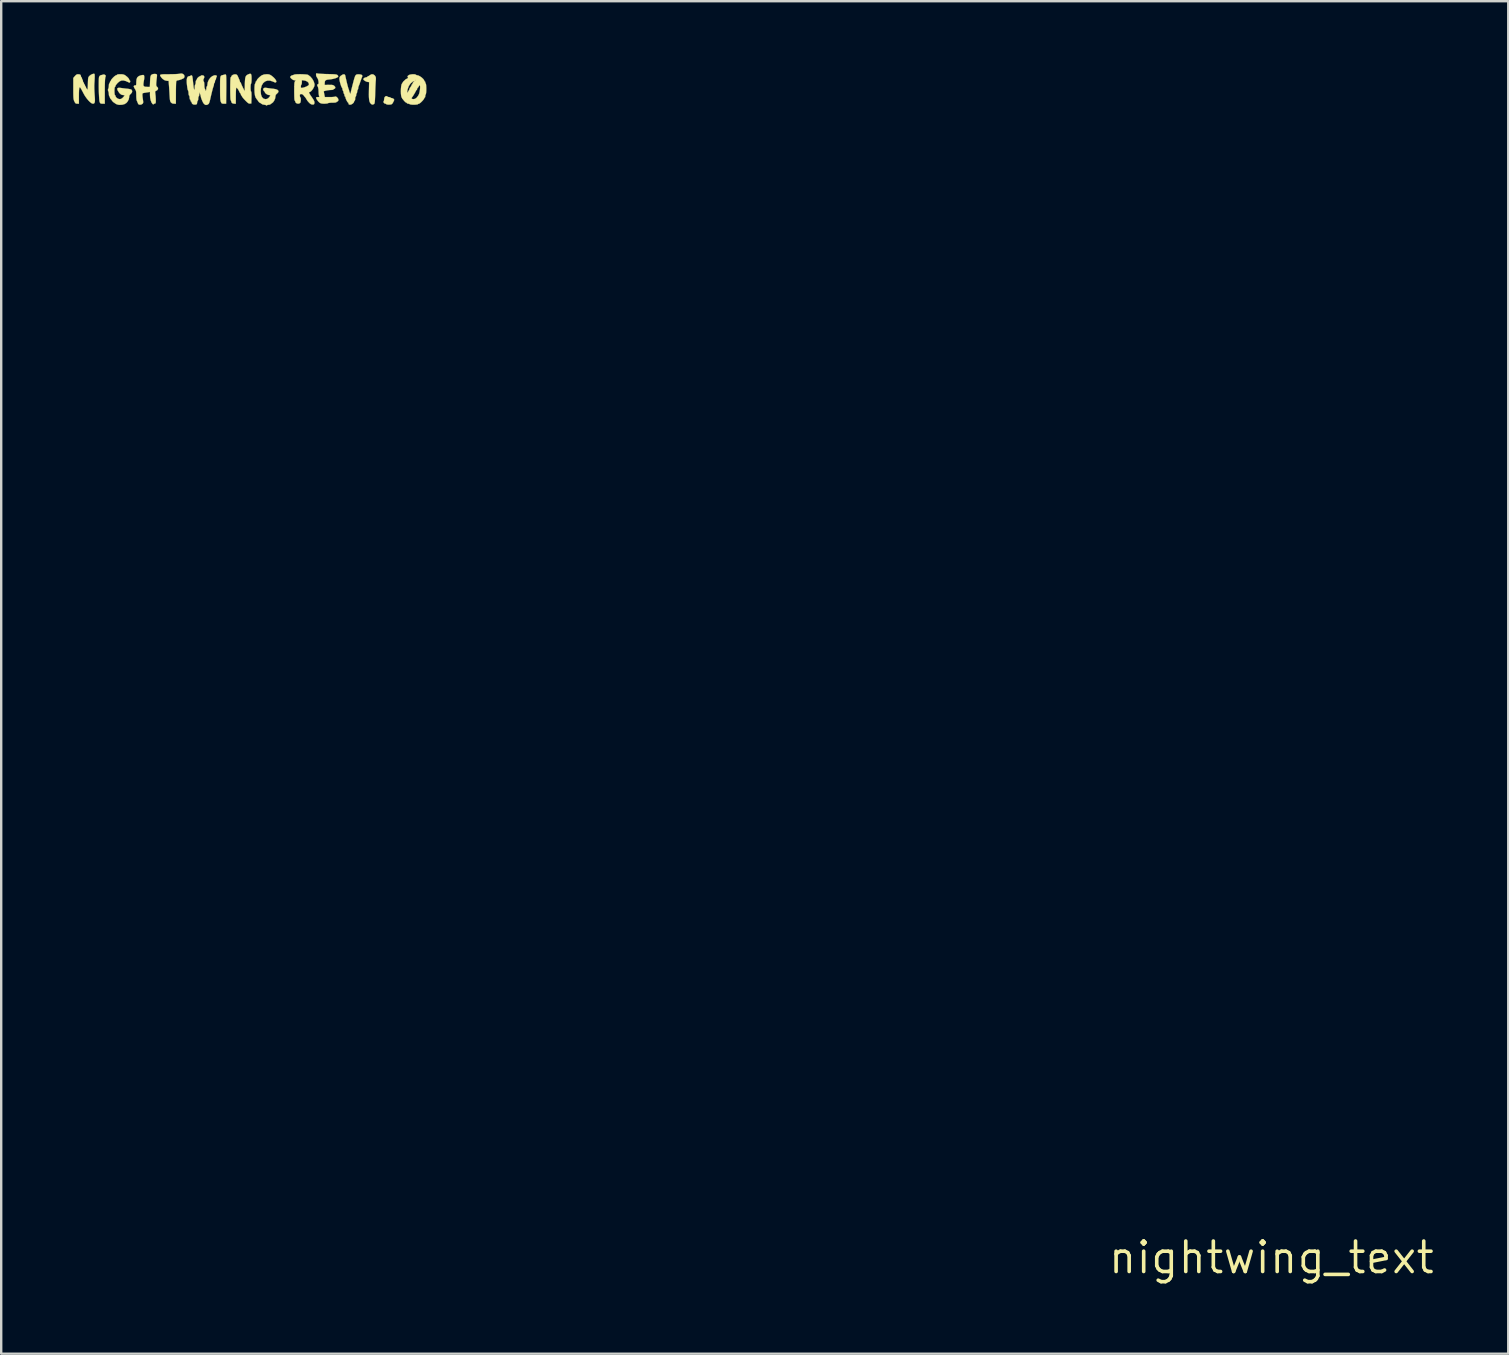
<source format=kicad_pcb>
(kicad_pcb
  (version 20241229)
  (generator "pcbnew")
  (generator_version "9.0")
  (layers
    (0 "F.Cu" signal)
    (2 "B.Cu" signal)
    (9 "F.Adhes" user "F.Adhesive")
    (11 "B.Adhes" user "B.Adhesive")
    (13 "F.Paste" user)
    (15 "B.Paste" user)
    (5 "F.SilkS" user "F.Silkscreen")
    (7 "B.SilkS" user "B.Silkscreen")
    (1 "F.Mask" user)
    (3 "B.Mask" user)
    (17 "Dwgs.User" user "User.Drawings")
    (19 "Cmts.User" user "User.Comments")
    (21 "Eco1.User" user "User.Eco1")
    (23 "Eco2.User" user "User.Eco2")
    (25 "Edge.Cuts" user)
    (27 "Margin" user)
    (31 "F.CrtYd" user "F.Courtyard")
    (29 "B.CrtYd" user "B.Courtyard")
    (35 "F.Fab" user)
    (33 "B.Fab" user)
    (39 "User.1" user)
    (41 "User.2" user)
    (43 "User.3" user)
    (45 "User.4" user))
  (footprint "nightwing_text"
    (layer "F.Cu")
    (at 49.937 49.362)
    (property "Reference" "nightwing_text" (at 0 0 0) (layer "F.SilkS") (effects (font (size 1.27 1.27) (thickness 0.15))))
    (attr through_hole)
    (fp_poly (pts (xy -48.642 -49.305) (xy -48.609 -49.289) (xy -48.582 -49.262) (xy -48.584 -49.229) (xy -48.594 -49.203) (xy -48.603 -49.165) (xy -48.61 -49.094) (xy -48.615 -48.988) (xy -48.619 -48.845) (xy -48.62 -48.662) (xy -48.62 -48.619) (xy -48.62 -48.091) (xy -48.713 -48.091) (xy -48.773 -48.094) (xy -48.806 -48.109) (xy -48.827 -48.145) (xy -48.833 -48.159) (xy -48.843 -48.204) (xy -48.851 -48.282) (xy -48.858 -48.386) (xy -48.864 -48.509) (xy -48.868 -48.642) (xy -48.871 -48.778) (xy -48.871 -48.909) (xy -48.87 -49.026) (xy -48.867 -49.122) (xy -48.861 -49.19) (xy -48.856 -49.215) (xy -48.817 -49.265) (xy -48.775 -49.281) (xy -48.719 -49.293) (xy -48.683 -49.305) (xy -48.642 -49.305)) (stroke (width 0.01) (type solid)) (fill yes) (layer "F.SilkS"))
    (fp_poly (pts (xy -43.572 -49.302) (xy -43.565 -49.276) (xy -43.56 -49.209) (xy -43.557 -49.104) (xy -43.556 -48.961) (xy -43.556 -48.784) (xy -43.557 -48.689) (xy -43.564 -48.091) (xy -43.658 -48.091) (xy -43.717 -48.094) (xy -43.751 -48.109) (xy -43.774 -48.147) (xy -43.783 -48.167) (xy -43.794 -48.202) (xy -43.802 -48.25) (xy -43.808 -48.318) (xy -43.812 -48.41) (xy -43.814 -48.533) (xy -43.815 -48.691) (xy -43.815 -48.736) (xy -43.815 -48.898) (xy -43.814 -49.023) (xy -43.811 -49.116) (xy -43.804 -49.181) (xy -43.794 -49.225) (xy -43.779 -49.252) (xy -43.758 -49.268) (xy -43.73 -49.277) (xy -43.709 -49.281) (xy -43.655 -49.295) (xy -43.624 -49.305) (xy -43.585 -49.308) (xy -43.572 -49.302)) (stroke (width 0.01) (type solid)) (fill yes) (layer "F.SilkS"))
    (fp_poly (pts (xy -36.849 -48.396) (xy -36.841 -48.387) (xy -36.811 -48.37) (xy -36.777 -48.366) (xy -36.733 -48.358) (xy -36.714 -48.345) (xy -36.684 -48.327) (xy -36.658 -48.324) (xy -36.609 -48.309) (xy -36.581 -48.289) (xy -36.563 -48.266) (xy -36.561 -48.239) (xy -36.578 -48.197) (xy -36.598 -48.157) (xy -36.631 -48.099) (xy -36.661 -48.07) (xy -36.703 -48.057) (xy -36.759 -48.053) (xy -36.824 -48.053) (xy -36.87 -48.061) (xy -36.882 -48.068) (xy -36.913 -48.088) (xy -36.932 -48.091) (xy -36.967 -48.104) (xy -36.995 -48.135) (xy -37.008 -48.168) (xy -36.999 -48.186) (xy -36.985 -48.214) (xy -36.978 -48.265) (xy -36.978 -48.273) (xy -36.965 -48.346) (xy -36.93 -48.393) (xy -36.886 -48.408) (xy -36.849 -48.396)) (stroke (width 0.01) (type solid)) (fill yes) (layer "F.SilkS"))
    (fp_poly (pts (xy -37.438 -49.314) (xy -37.375 -49.274) (xy -37.359 -49.254) (xy -37.333 -49.212) (xy -37.322 -49.167) (xy -37.322 -49.105) (xy -37.326 -49.058) (xy -37.331 -48.995) (xy -37.336 -48.898) (xy -37.342 -48.779) (xy -37.347 -48.645) (xy -37.351 -48.515) (xy -37.355 -48.37) (xy -37.36 -48.262) (xy -37.366 -48.184) (xy -37.373 -48.132) (xy -37.381 -48.1) (xy -37.393 -48.081) (xy -37.398 -48.077) (xy -37.452 -48.052) (xy -37.504 -48.066) (xy -37.543 -48.102) (xy -37.57 -48.141) (xy -37.59 -48.193) (xy -37.603 -48.264) (xy -37.611 -48.358) (xy -37.613 -48.483) (xy -37.611 -48.642) (xy -37.61 -48.668) (xy -37.603 -48.99) (xy -37.665 -48.997) (xy -37.722 -49.013) (xy -37.78 -49.043) (xy -37.826 -49.078) (xy -37.846 -49.109) (xy -37.846 -49.111) (xy -37.828 -49.145) (xy -37.784 -49.175) (xy -37.731 -49.19) (xy -37.724 -49.191) (xy -37.687 -49.199) (xy -37.677 -49.212) (xy -37.66 -49.232) (xy -37.649 -49.234) (xy -37.614 -49.247) (xy -37.576 -49.276) (xy -37.508 -49.314) (xy -37.438 -49.314)) (stroke (width 0.01) (type solid)) (fill yes) (layer "F.SilkS"))
    (fp_poly (pts (xy -45.362 -49.33) (xy -45.315 -49.289) (xy -45.297 -49.233) (xy -45.313 -49.173) (xy -45.344 -49.145) (xy -45.419 -49.11) (xy -45.5 -49.081) (xy -45.569 -49.066) (xy -45.585 -49.065) (xy -45.628 -49.046) (xy -45.643 -49.017) (xy -45.647 -48.982) (xy -45.65 -48.912) (xy -45.653 -48.813) (xy -45.655 -48.694) (xy -45.656 -48.561) (xy -45.656 -48.53) (xy -45.657 -48.091) (xy -45.737 -48.091) (xy -45.81 -48.102) (xy -45.862 -48.141) (xy -45.881 -48.17) (xy -45.896 -48.21) (xy -45.906 -48.269) (xy -45.913 -48.356) (xy -45.918 -48.432) (xy -45.925 -48.554) (xy -45.933 -48.684) (xy -45.941 -48.803) (xy -45.945 -48.858) (xy -45.958 -49.043) (xy -46.02 -49.043) (xy -46.116 -49.063) (xy -46.206 -49.121) (xy -46.259 -49.177) (xy -46.293 -49.225) (xy -46.313 -49.26) (xy -46.313 -49.285) (xy -46.29 -49.302) (xy -46.239 -49.312) (xy -46.157 -49.317) (xy -46.04 -49.318) (xy -45.933 -49.318) (xy -45.805 -49.32) (xy -45.688 -49.323) (xy -45.592 -49.328) (xy -45.524 -49.334) (xy -45.496 -49.34) (xy -45.427 -49.349) (xy -45.362 -49.33)) (stroke (width 0.01) (type solid)) (fill yes) (layer "F.SilkS"))
    (fp_poly (pts (xy -49.051 -49.333) (xy -49.049 -49.331) (xy -49.042 -49.301) (xy -49.04 -49.231) (xy -49.043 -49.126) (xy -49.051 -48.988) (xy -49.055 -48.927) (xy -49.058 -48.839) (xy -49.057 -48.723) (xy -49.052 -48.596) (xy -49.044 -48.47) (xy -49.044 -48.467) (xy -49.034 -48.331) (xy -49.031 -48.232) (xy -49.036 -48.164) (xy -49.05 -48.121) (xy -49.075 -48.098) (xy -49.111 -48.091) (xy -49.12 -48.091) (xy -49.169 -48.108) (xy -49.232 -48.155) (xy -49.303 -48.226) (xy -49.375 -48.313) (xy -49.443 -48.409) (xy -49.494 -48.497) (xy -49.552 -48.608) (xy -49.594 -48.686) (xy -49.623 -48.736) (xy -49.643 -48.763) (xy -49.658 -48.772) (xy -49.67 -48.767) (xy -49.675 -48.763) (xy -49.686 -48.729) (xy -49.694 -48.653) (xy -49.698 -48.535) (xy -49.699 -48.415) (xy -49.699 -48.091) (xy -49.771 -48.091) (xy -49.817 -48.095) (xy -49.847 -48.115) (xy -49.875 -48.16) (xy -49.888 -48.186) (xy -49.903 -48.221) (xy -49.914 -48.258) (xy -49.922 -48.303) (xy -49.927 -48.363) (xy -49.93 -48.444) (xy -49.932 -48.554) (xy -49.932 -48.698) (xy -49.932 -48.721) (xy -49.932 -49.161) (xy -49.867 -49.239) (xy -49.812 -49.295) (xy -49.76 -49.317) (xy -49.742 -49.318) (xy -49.667 -49.311) (xy -49.626 -49.285) (xy -49.615 -49.242) (xy -49.607 -49.203) (xy -49.593 -49.191) (xy -49.576 -49.174) (xy -49.572 -49.15) (xy -49.563 -49.11) (xy -49.551 -49.096) (xy -49.535 -49.067) (xy -49.53 -49.031) (xy -49.523 -48.992) (xy -49.509 -48.98) (xy -49.492 -48.962) (xy -49.488 -48.937) (xy -49.479 -48.903) (xy -49.467 -48.895) (xy -49.449 -48.877) (xy -49.445 -48.853) (xy -49.436 -48.818) (xy -49.424 -48.81) (xy -49.407 -48.793) (xy -49.403 -48.768) (xy -49.395 -48.734) (xy -49.384 -48.726) (xy -49.363 -48.708) (xy -49.348 -48.678) (xy -49.34 -48.676) (xy -49.333 -48.715) (xy -49.328 -48.793) (xy -49.324 -48.908) (xy -49.324 -48.91) (xy -49.321 -49.023) (xy -49.317 -49.103) (xy -49.311 -49.156) (xy -49.301 -49.192) (xy -49.285 -49.219) (xy -49.262 -49.245) (xy -49.254 -49.252) (xy -49.202 -49.293) (xy -49.142 -49.323) (xy -49.087 -49.338) (xy -49.051 -49.333)) (stroke (width 0.01) (type solid)) (fill yes) (layer "F.SilkS"))
    (fp_poly (pts (xy -38.608 -49.289) (xy -38.598 -49.26) (xy -38.58 -49.175) (xy -38.558 -49.077) (xy -38.534 -48.974) (xy -38.51 -48.876) (xy -38.487 -48.791) (xy -38.469 -48.728) (xy -38.457 -48.696) (xy -38.456 -48.695) (xy -38.441 -48.657) (xy -38.439 -48.639) (xy -38.429 -48.595) (xy -38.409 -48.547) (xy -38.38 -48.491) (xy -38.37 -48.55) (xy -38.359 -48.602) (xy -38.339 -48.688) (xy -38.31 -48.801) (xy -38.276 -48.934) (xy -38.245 -49.054) (xy -38.214 -49.163) (xy -38.187 -49.238) (xy -38.159 -49.284) (xy -38.123 -49.307) (xy -38.075 -49.315) (xy -38.017 -49.314) (xy -37.937 -49.303) (xy -37.895 -49.278) (xy -37.887 -49.235) (xy -37.906 -49.183) (xy -37.924 -49.14) (xy -37.948 -49.072) (xy -37.973 -49.001) (xy -37.998 -48.925) (xy -38.022 -48.862) (xy -38.038 -48.826) (xy -38.054 -48.776) (xy -38.058 -48.738) (xy -38.065 -48.693) (xy -38.079 -48.673) (xy -38.094 -48.644) (xy -38.1 -48.599) (xy -38.107 -48.55) (xy -38.121 -48.525) (xy -38.136 -48.496) (xy -38.142 -48.449) (xy -38.149 -48.405) (xy -38.163 -48.387) (xy -38.177 -48.368) (xy -38.184 -48.321) (xy -38.185 -48.302) (xy -38.189 -48.249) (xy -38.201 -48.22) (xy -38.206 -48.218) (xy -38.224 -48.2) (xy -38.227 -48.185) (xy -38.245 -48.137) (xy -38.291 -48.091) (xy -38.349 -48.058) (xy -38.395 -48.048) (xy -38.442 -48.055) (xy -38.459 -48.079) (xy -38.46 -48.091) (xy -38.467 -48.125) (xy -38.477 -48.133) (xy -38.498 -48.151) (xy -38.526 -48.194) (xy -38.555 -48.251) (xy -38.578 -48.306) (xy -38.587 -48.347) (xy -38.596 -48.38) (xy -38.608 -48.387) (xy -38.624 -48.405) (xy -38.629 -48.439) (xy -38.637 -48.483) (xy -38.65 -48.503) (xy -38.667 -48.533) (xy -38.672 -48.567) (xy -38.679 -48.611) (xy -38.693 -48.63) (xy -38.709 -48.66) (xy -38.714 -48.693) (xy -38.72 -48.735) (xy -38.73 -48.75) (xy -38.748 -48.776) (xy -38.771 -48.831) (xy -38.795 -48.904) (xy -38.817 -48.984) (xy -38.833 -49.059) (xy -38.841 -49.118) (xy -38.841 -49.124) (xy -38.835 -49.186) (xy -38.81 -49.23) (xy -38.77 -49.264) (xy -38.697 -49.308) (xy -38.643 -49.317) (xy -38.608 -49.289)) (stroke (width 0.01) (type solid)) (fill yes) (layer "F.SilkS"))
    (fp_poly (pts (xy -42.538 -49.334) (xy -42.517 -49.305) (xy -42.506 -49.245) (xy -42.503 -49.149) (xy -42.503 -49.13) (xy -42.505 -49.044) (xy -42.511 -48.975) (xy -42.519 -48.934) (xy -42.524 -48.927) (xy -42.535 -48.901) (xy -42.542 -48.848) (xy -42.545 -48.779) (xy -42.544 -48.708) (xy -42.539 -48.647) (xy -42.531 -48.607) (xy -42.523 -48.599) (xy -42.513 -48.578) (xy -42.508 -48.517) (xy -42.506 -48.418) (xy -42.507 -48.35) (xy -42.513 -48.101) (xy -42.572 -48.095) (xy -42.605 -48.096) (xy -42.642 -48.114) (xy -42.689 -48.152) (xy -42.754 -48.216) (xy -42.767 -48.229) (xy -42.828 -48.294) (xy -42.874 -48.35) (xy -42.901 -48.389) (xy -42.905 -48.4) (xy -42.917 -48.427) (xy -42.926 -48.429) (xy -42.943 -48.447) (xy -42.947 -48.472) (xy -42.954 -48.506) (xy -42.963 -48.514) (xy -42.981 -48.531) (xy -43.005 -48.574) (xy -43.009 -48.583) (xy -43.045 -48.656) (xy -43.084 -48.715) (xy -43.118 -48.751) (xy -43.139 -48.756) (xy -43.146 -48.732) (xy -43.152 -48.673) (xy -43.156 -48.587) (xy -43.158 -48.481) (xy -43.159 -48.418) (xy -43.159 -48.091) (xy -43.228 -48.091) (xy -43.284 -48.101) (xy -43.323 -48.122) (xy -43.323 -48.122) (xy -43.346 -48.164) (xy -43.349 -48.184) (xy -43.362 -48.22) (xy -43.37 -48.228) (xy -43.378 -48.254) (xy -43.384 -48.318) (xy -43.388 -48.418) (xy -43.391 -48.551) (xy -43.392 -48.712) (xy -43.392 -48.716) (xy -43.391 -48.884) (xy -43.388 -49.017) (xy -43.384 -49.114) (xy -43.378 -49.173) (xy -43.37 -49.191) (xy -43.35 -49.208) (xy -43.349 -49.215) (xy -43.331 -49.257) (xy -43.283 -49.292) (xy -43.222 -49.312) (xy -43.183 -49.314) (xy -43.139 -49.307) (xy -43.11 -49.29) (xy -43.085 -49.253) (xy -43.055 -49.186) (xy -43.053 -49.181) (xy -43.028 -49.124) (xy -43.008 -49.08) (xy -42.992 -49.033) (xy -42.989 -49.012) (xy -42.978 -48.983) (xy -42.968 -48.98) (xy -42.949 -48.963) (xy -42.947 -48.953) (xy -42.938 -48.923) (xy -42.914 -48.866) (xy -42.88 -48.793) (xy -42.868 -48.768) (xy -42.788 -48.609) (xy -42.783 -48.901) (xy -42.778 -49.034) (xy -42.77 -49.132) (xy -42.755 -49.202) (xy -42.731 -49.25) (xy -42.695 -49.285) (xy -42.644 -49.312) (xy -42.628 -49.319) (xy -42.574 -49.337) (xy -42.538 -49.334)) (stroke (width 0.01) (type solid)) (fill yes) (layer "F.SilkS"))
    (fp_poly (pts (xy -41.798 -49.315) (xy -41.743 -49.3) (xy -41.687 -49.268) (xy -41.647 -49.239) (xy -41.584 -49.185) (xy -41.53 -49.129) (xy -41.506 -49.096) (xy -41.478 -49.047) (xy -41.469 -49.019) (xy -41.475 -48.997) (xy -41.483 -48.985) (xy -41.503 -48.974) (xy -41.542 -48.982) (xy -41.608 -49.011) (xy -41.614 -49.014) (xy -41.734 -49.053) (xy -41.844 -49.053) (xy -41.941 -49.017) (xy -42.021 -48.948) (xy -42.08 -48.848) (xy -42.114 -48.721) (xy -42.122 -48.615) (xy -42.111 -48.479) (xy -42.077 -48.378) (xy -42.022 -48.312) (xy -41.946 -48.283) (xy -41.919 -48.281) (xy -41.855 -48.29) (xy -41.804 -48.323) (xy -41.78 -48.348) (xy -41.736 -48.402) (xy -41.723 -48.434) (xy -41.742 -48.448) (xy -41.778 -48.451) (xy -41.828 -48.463) (xy -41.884 -48.494) (xy -41.93 -48.533) (xy -41.952 -48.57) (xy -41.952 -48.575) (xy -41.963 -48.598) (xy -41.968 -48.599) (xy -41.988 -48.616) (xy -42.008 -48.651) (xy -42.021 -48.695) (xy -42.005 -48.726) (xy -41.997 -48.733) (xy -41.966 -48.75) (xy -41.919 -48.753) (xy -41.846 -48.744) (xy -41.758 -48.731) (xy -41.656 -48.718) (xy -41.593 -48.712) (xy -41.488 -48.694) (xy -41.418 -48.663) (xy -41.383 -48.623) (xy -41.386 -48.575) (xy -41.429 -48.523) (xy -41.444 -48.511) (xy -41.49 -48.465) (xy -41.507 -48.411) (xy -41.508 -48.388) (xy -41.521 -48.308) (xy -41.556 -48.225) (xy -41.604 -48.153) (xy -41.657 -48.108) (xy -41.661 -48.106) (xy -41.702 -48.083) (xy -41.719 -48.064) (xy -41.738 -48.053) (xy -41.779 -48.048) (xy -41.831 -48.041) (xy -41.861 -48.025) (xy -41.887 -48.014) (xy -41.898 -48.025) (xy -41.927 -48.041) (xy -41.979 -48.048) (xy -41.981 -48.048) (xy -42.05 -48.063) (xy -42.096 -48.091) (xy -42.135 -48.121) (xy -42.163 -48.133) (xy -42.188 -48.149) (xy -42.22 -48.188) (xy -42.221 -48.191) (xy -42.256 -48.242) (xy -42.286 -48.278) (xy -42.33 -48.342) (xy -42.36 -48.43) (xy -42.376 -48.547) (xy -42.381 -48.68) (xy -42.379 -48.788) (xy -42.372 -48.868) (xy -42.362 -48.915) (xy -42.357 -48.922) (xy -42.336 -48.963) (xy -42.333 -48.984) (xy -42.324 -49.016) (xy -42.312 -49.022) (xy -42.293 -49.039) (xy -42.291 -49.05) (xy -42.275 -49.087) (xy -42.235 -49.138) (xy -42.178 -49.194) (xy -42.116 -49.245) (xy -42.072 -49.274) (xy -41.98 -49.308) (xy -41.872 -49.318) (xy -41.798 -49.315)) (stroke (width 0.01) (type solid)) (fill yes) (layer "F.SilkS"))
    (fp_poly (pts (xy -46.491 -49.327) (xy -46.459 -49.316) (xy -46.445 -49.296) (xy -46.444 -49.256) (xy -46.449 -49.204) (xy -46.465 -49.069) (xy -46.474 -48.97) (xy -46.478 -48.899) (xy -46.475 -48.852) (xy -46.465 -48.822) (xy -46.449 -48.802) (xy -46.442 -48.797) (xy -46.402 -48.749) (xy -46.401 -48.698) (xy -46.436 -48.653) (xy -46.463 -48.637) (xy -46.5 -48.62) (xy -46.518 -48.599) (xy -46.52 -48.563) (xy -46.512 -48.498) (xy -46.512 -48.493) (xy -46.502 -48.404) (xy -46.496 -48.302) (xy -46.494 -48.239) (xy -46.494 -48.164) (xy -46.5 -48.122) (xy -46.513 -48.102) (xy -46.538 -48.095) (xy -46.54 -48.094) (xy -46.577 -48.081) (xy -46.588 -48.065) (xy -46.601 -48.06) (xy -46.629 -48.079) (xy -46.673 -48.141) (xy -46.708 -48.234) (xy -46.73 -48.346) (xy -46.736 -48.446) (xy -46.736 -48.582) (xy -46.815 -48.568) (xy -46.895 -48.555) (xy -46.974 -48.543) (xy -46.974 -48.543) (xy -47.026 -48.531) (xy -47.049 -48.51) (xy -47.053 -48.467) (xy -47.053 -48.464) (xy -47.05 -48.407) (xy -47.041 -48.328) (xy -47.031 -48.263) (xy -47.021 -48.186) (xy -47.02 -48.138) (xy -47.031 -48.107) (xy -47.045 -48.088) (xy -47.096 -48.057) (xy -47.149 -48.048) (xy -47.2 -48.055) (xy -47.229 -48.084) (xy -47.243 -48.117) (xy -47.267 -48.176) (xy -47.288 -48.222) (xy -47.288 -48.223) (xy -47.297 -48.26) (xy -47.304 -48.327) (xy -47.307 -48.412) (xy -47.307 -48.441) (xy -47.309 -48.534) (xy -47.315 -48.598) (xy -47.329 -48.646) (xy -47.353 -48.689) (xy -47.36 -48.7) (xy -47.393 -48.756) (xy -47.412 -48.804) (xy -47.413 -48.815) (xy -47.398 -48.845) (xy -47.36 -48.853) (xy -47.332 -48.855) (xy -47.316 -48.868) (xy -47.309 -48.902) (xy -47.307 -48.965) (xy -47.307 -48.996) (xy -47.297 -49.106) (xy -47.265 -49.186) (xy -47.204 -49.239) (xy -47.111 -49.274) (xy -47.059 -49.284) (xy -47.011 -49.288) (xy -46.987 -49.272) (xy -46.977 -49.242) (xy -46.974 -49.192) (xy -46.979 -49.119) (xy -46.987 -49.07) (xy -47.001 -48.99) (xy -47.01 -48.916) (xy -47.011 -48.883) (xy -47.004 -48.837) (xy -46.978 -48.809) (xy -46.926 -48.794) (xy -46.84 -48.79) (xy -46.828 -48.789) (xy -46.741 -48.789) (xy -46.733 -49.018) (xy -46.727 -49.133) (xy -46.717 -49.213) (xy -46.7 -49.265) (xy -46.672 -49.298) (xy -46.631 -49.318) (xy -46.603 -49.326) (xy -46.538 -49.332) (xy -46.491 -49.327)) (stroke (width 0.01) (type solid)) (fill yes) (layer "F.SilkS"))
    (fp_poly (pts (xy -39.76 -49.35) (xy -39.756 -49.349) (xy -39.716 -49.343) (xy -39.643 -49.337) (xy -39.543 -49.332) (xy -39.425 -49.327) (xy -39.325 -49.325) (xy -39.189 -49.321) (xy -39.089 -49.318) (xy -39.019 -49.313) (xy -38.972 -49.306) (xy -38.942 -49.296) (xy -38.922 -49.283) (xy -38.914 -49.275) (xy -38.89 -49.239) (xy -38.899 -49.209) (xy -38.903 -49.204) (xy -38.944 -49.176) (xy -39.017 -49.148) (xy -39.108 -49.124) (xy -39.208 -49.107) (xy -39.268 -49.101) (xy -39.36 -49.089) (xy -39.417 -49.065) (xy -39.446 -49.023) (xy -39.455 -48.957) (xy -39.455 -48.955) (xy -39.455 -48.871) (xy -39.286 -48.876) (xy -39.193 -48.876) (xy -39.131 -48.87) (xy -39.088 -48.856) (xy -39.063 -48.84) (xy -39.022 -48.795) (xy -39.012 -48.751) (xy -39.034 -48.718) (xy -39.053 -48.711) (xy -39.087 -48.694) (xy -39.095 -48.681) (xy -39.114 -48.67) (xy -39.163 -48.664) (xy -39.204 -48.662) (xy -39.273 -48.658) (xy -39.354 -48.646) (xy -39.429 -48.63) (xy -39.482 -48.614) (xy -39.492 -48.609) (xy -39.491 -48.588) (xy -39.483 -48.538) (xy -39.473 -48.486) (xy -39.449 -48.366) (xy -39.244 -48.366) (xy -39.154 -48.368) (xy -39.08 -48.373) (xy -39.031 -48.381) (xy -39.019 -48.386) (xy -38.988 -48.389) (xy -38.941 -48.358) (xy -38.899 -48.306) (xy -38.882 -48.251) (xy -38.892 -48.206) (xy -38.925 -48.181) (xy -38.96 -48.165) (xy -38.968 -48.152) (xy -38.987 -48.143) (xy -39.039 -48.136) (xy -39.113 -48.133) (xy -39.136 -48.133) (xy -39.216 -48.131) (xy -39.28 -48.124) (xy -39.314 -48.114) (xy -39.317 -48.112) (xy -39.343 -48.101) (xy -39.4 -48.094) (xy -39.472 -48.091) (xy -39.556 -48.094) (xy -39.612 -48.105) (xy -39.658 -48.127) (xy -39.681 -48.144) (xy -39.731 -48.194) (xy -39.776 -48.256) (xy -39.807 -48.316) (xy -39.815 -48.348) (xy -39.796 -48.36) (xy -39.75 -48.366) (xy -39.74 -48.366) (xy -39.691 -48.368) (xy -39.677 -48.38) (xy -39.687 -48.407) (xy -39.698 -48.448) (xy -39.706 -48.517) (xy -39.709 -48.592) (xy -39.714 -48.689) (xy -39.729 -48.767) (xy -39.741 -48.797) (xy -39.767 -48.855) (xy -39.768 -48.885) (xy -39.744 -48.895) (xy -39.738 -48.895) (xy -39.716 -48.913) (xy -39.708 -48.959) (xy -39.712 -49.02) (xy -39.726 -49.086) (xy -39.749 -49.144) (xy -39.768 -49.171) (xy -39.807 -49.241) (xy -39.815 -49.293) (xy -39.812 -49.341) (xy -39.797 -49.357) (xy -39.76 -49.35)) (stroke (width 0.01) (type solid)) (fill yes) (layer "F.SilkS"))
    (fp_poly (pts (xy -40.361 -49.316) (xy -40.27 -49.311) (xy -40.197 -49.304) (xy -40.152 -49.294) (xy -40.148 -49.292) (xy -40.056 -49.223) (xy -39.976 -49.131) (xy -39.916 -49.026) (xy -39.882 -48.922) (xy -39.878 -48.875) (xy -39.89 -48.815) (xy -39.923 -48.744) (xy -39.967 -48.675) (xy -40.017 -48.617) (xy -40.063 -48.583) (xy -40.083 -48.578) (xy -40.104 -48.571) (xy -40.107 -48.549) (xy -40.088 -48.507) (xy -40.046 -48.439) (xy -39.993 -48.362) (xy -39.935 -48.276) (xy -39.9 -48.213) (xy -39.884 -48.166) (xy -39.882 -48.127) (xy -39.893 -48.078) (xy -39.922 -48.057) (xy -39.941 -48.054) (xy -40.001 -48.061) (xy -40.036 -48.076) (xy -40.076 -48.105) (xy -40.123 -48.152) (xy -40.171 -48.208) (xy -40.195 -48.243) (xy -40.217 -48.282) (xy -40.249 -48.333) (xy -40.274 -48.363) (xy -40.309 -48.404) (xy -40.337 -48.443) (xy -40.387 -48.485) (xy -40.431 -48.493) (xy -40.474 -48.487) (xy -40.49 -48.461) (xy -40.492 -48.431) (xy -40.485 -48.382) (xy -40.471 -48.355) (xy -40.455 -48.325) (xy -40.45 -48.27) (xy -40.453 -48.206) (xy -40.464 -48.15) (xy -40.48 -48.121) (xy -40.53 -48.094) (xy -40.59 -48.094) (xy -40.643 -48.116) (xy -40.677 -48.157) (xy -40.682 -48.184) (xy -40.693 -48.214) (xy -40.703 -48.218) (xy -40.712 -48.238) (xy -40.718 -48.299) (xy -40.722 -48.395) (xy -40.724 -48.526) (xy -40.725 -48.602) (xy -40.724 -48.742) (xy -40.723 -48.806) (xy -40.45 -48.806) (xy -40.447 -48.764) (xy -40.43 -48.748) (xy -40.386 -48.752) (xy -40.374 -48.754) (xy -40.307 -48.771) (xy -40.23 -48.8) (xy -40.204 -48.811) (xy -40.142 -48.847) (xy -40.114 -48.882) (xy -40.111 -48.904) (xy -40.13 -48.963) (xy -40.183 -49.014) (xy -40.26 -49.049) (xy -40.311 -49.059) (xy -40.407 -49.07) (xy -40.407 -48.984) (xy -40.412 -48.926) (xy -40.424 -48.889) (xy -40.428 -48.884) (xy -40.443 -48.856) (xy -40.45 -48.806) (xy -40.723 -48.806) (xy -40.722 -48.846) (xy -40.719 -48.92) (xy -40.713 -48.97) (xy -40.704 -49.003) (xy -40.692 -49.023) (xy -40.69 -49.026) (xy -40.668 -49.054) (xy -40.679 -49.063) (xy -40.71 -49.064) (xy -40.764 -49.079) (xy -40.825 -49.117) (xy -40.835 -49.127) (xy -40.878 -49.169) (xy -40.891 -49.2) (xy -40.881 -49.227) (xy -40.843 -49.26) (xy -40.807 -49.273) (xy -40.759 -49.286) (xy -40.736 -49.299) (xy -40.705 -49.308) (xy -40.642 -49.315) (xy -40.557 -49.318) (xy -40.46 -49.319) (xy -40.361 -49.316)) (stroke (width 0.01) (type solid)) (fill yes) (layer "F.SilkS"))
    (fp_poly (pts (xy -47.884 -49.315) (xy -47.822 -49.301) (xy -47.771 -49.275) (xy -47.766 -49.271) (xy -47.683 -49.206) (xy -47.627 -49.147) (xy -47.604 -49.102) (xy -47.604 -49.097) (xy -47.593 -49.068) (xy -47.583 -49.064) (xy -47.566 -49.047) (xy -47.562 -49.011) (xy -47.571 -48.978) (xy -47.574 -48.974) (xy -47.601 -48.971) (xy -47.622 -48.979) (xy -47.745 -49.035) (xy -47.846 -49.06) (xy -47.933 -49.054) (xy -48.012 -49.016) (xy -48.083 -48.955) (xy -48.132 -48.9) (xy -48.165 -48.852) (xy -48.174 -48.826) (xy -48.185 -48.795) (xy -48.197 -48.789) (xy -48.207 -48.769) (xy -48.214 -48.715) (xy -48.218 -48.635) (xy -48.218 -48.62) (xy -48.215 -48.536) (xy -48.208 -48.477) (xy -48.198 -48.451) (xy -48.197 -48.45) (xy -48.178 -48.433) (xy -48.175 -48.418) (xy -48.157 -48.368) (xy -48.11 -48.322) (xy -48.049 -48.29) (xy -48 -48.281) (xy -47.945 -48.289) (xy -47.894 -48.319) (xy -47.837 -48.376) (xy -47.821 -48.396) (xy -47.798 -48.43) (xy -47.807 -48.446) (xy -47.852 -48.45) (xy -47.864 -48.45) (xy -47.94 -48.471) (xy -48.011 -48.532) (xy -48.076 -48.631) (xy -48.08 -48.638) (xy -48.101 -48.697) (xy -48.094 -48.734) (xy -48.053 -48.751) (xy -47.977 -48.75) (xy -47.932 -48.744) (xy -47.836 -48.731) (xy -47.729 -48.718) (xy -47.668 -48.712) (xy -47.593 -48.701) (xy -47.533 -48.686) (xy -47.504 -48.672) (xy -47.478 -48.619) (xy -47.488 -48.559) (xy -47.533 -48.502) (xy -47.541 -48.496) (xy -47.585 -48.451) (xy -47.602 -48.398) (xy -47.604 -48.361) (xy -47.622 -48.269) (xy -47.673 -48.176) (xy -47.72 -48.122) (xy -47.795 -48.075) (xy -47.895 -48.047) (xy -48.008 -48.042) (xy -48.053 -48.047) (xy -48.117 -48.063) (xy -48.167 -48.088) (xy -48.171 -48.091) (xy -48.221 -48.127) (xy -48.25 -48.145) (xy -48.293 -48.183) (xy -48.312 -48.208) (xy -48.346 -48.257) (xy -48.371 -48.283) (xy -48.4 -48.324) (xy -48.408 -48.351) (xy -48.42 -48.388) (xy -48.429 -48.398) (xy -48.443 -48.425) (xy -48.45 -48.478) (xy -48.45 -48.494) (xy -48.457 -48.56) (xy -48.473 -48.614) (xy -48.477 -48.62) (xy -48.492 -48.663) (xy -48.477 -48.704) (xy -48.46 -48.751) (xy -48.451 -48.818) (xy -48.45 -48.842) (xy -48.446 -48.899) (xy -48.436 -48.933) (xy -48.429 -48.937) (xy -48.412 -48.955) (xy -48.408 -48.98) (xy -48.399 -49.014) (xy -48.387 -49.022) (xy -48.368 -49.039) (xy -48.366 -49.054) (xy -48.351 -49.088) (xy -48.313 -49.136) (xy -48.262 -49.19) (xy -48.209 -49.238) (xy -48.164 -49.269) (xy -48.144 -49.276) (xy -48.116 -49.287) (xy -48.112 -49.297) (xy -48.092 -49.308) (xy -48.041 -49.316) (xy -47.972 -49.318) (xy -47.884 -49.315)) (stroke (width 0.01) (type solid)) (fill yes) (layer "F.SilkS"))
    (fp_poly (pts (xy -35.689 -49.313) (xy -35.656 -49.298) (xy -35.655 -49.297) (xy -35.625 -49.279) (xy -35.602 -49.276) (xy -35.547 -49.263) (xy -35.48 -49.228) (xy -35.411 -49.18) (xy -35.353 -49.126) (xy -35.315 -49.077) (xy -35.306 -49.048) (xy -35.293 -49.024) (xy -35.285 -49.022) (xy -35.267 -49.004) (xy -35.264 -48.981) (xy -35.254 -48.94) (xy -35.242 -48.927) (xy -35.233 -48.901) (xy -35.226 -48.842) (xy -35.222 -48.76) (xy -35.221 -48.705) (xy -35.223 -48.613) (xy -35.229 -48.539) (xy -35.237 -48.493) (xy -35.242 -48.482) (xy -35.258 -48.454) (xy -35.264 -48.407) (xy -35.27 -48.363) (xy -35.285 -48.345) (xy -35.304 -48.328) (xy -35.306 -48.316) (xy -35.321 -48.284) (xy -35.358 -48.235) (xy -35.408 -48.181) (xy -35.459 -48.133) (xy -35.503 -48.099) (xy -35.525 -48.091) (xy -35.562 -48.079) (xy -35.571 -48.069) (xy -35.597 -48.059) (xy -35.654 -48.052) (xy -35.729 -48.048) (xy -35.74 -48.048) (xy -35.817 -48.051) (xy -35.877 -48.058) (xy -35.908 -48.068) (xy -35.909 -48.069) (xy -35.938 -48.086) (xy -35.974 -48.091) (xy -36.013 -48.098) (xy -36.026 -48.112) (xy -36.043 -48.131) (xy -36.055 -48.133) (xy -36.084 -48.149) (xy -36.128 -48.191) (xy -36.177 -48.248) (xy -36.223 -48.311) (xy -36.228 -48.319) (xy -35.836 -48.319) (xy -35.82 -48.292) (xy -35.767 -48.281) (xy -35.759 -48.281) (xy -35.695 -48.291) (xy -35.639 -48.327) (xy -35.616 -48.35) (xy -35.566 -48.413) (xy -35.527 -48.483) (xy -35.521 -48.499) (xy -35.501 -48.575) (xy -35.486 -48.664) (xy -35.478 -48.749) (xy -35.479 -48.818) (xy -35.484 -48.846) (xy -35.497 -48.865) (xy -35.512 -48.853) (xy -35.532 -48.815) (xy -35.559 -48.77) (xy -35.581 -48.747) (xy -35.584 -48.747) (xy -35.599 -48.729) (xy -35.602 -48.705) (xy -35.611 -48.67) (xy -35.623 -48.662) (xy -35.644 -48.648) (xy -35.645 -48.644) (xy -35.655 -48.617) (xy -35.682 -48.567) (xy -35.718 -48.504) (xy -35.757 -48.44) (xy -35.791 -48.387) (xy -35.814 -48.357) (xy -35.836 -48.319) (xy -36.228 -48.319) (xy -36.251 -48.359) (xy -36.267 -48.414) (xy -36.277 -48.498) (xy -36.278 -48.53) (xy -36.022 -48.53) (xy -35.971 -48.606) (xy -35.939 -48.659) (xy -35.921 -48.701) (xy -35.92 -48.71) (xy -35.906 -48.745) (xy -35.877 -48.784) (xy -35.846 -48.828) (xy -35.835 -48.862) (xy -35.824 -48.891) (xy -35.814 -48.895) (xy -35.796 -48.912) (xy -35.793 -48.93) (xy -35.778 -48.968) (xy -35.747 -49.004) (xy -35.718 -49.034) (xy -35.722 -49.042) (xy -35.759 -49.026) (xy -35.776 -49.017) (xy -35.873 -48.938) (xy -35.949 -48.828) (xy -35.998 -48.696) (xy -36.011 -48.623) (xy -36.022 -48.53) (xy -36.278 -48.53) (xy -36.28 -48.6) (xy -36.278 -48.705) (xy -36.269 -48.803) (xy -36.255 -48.88) (xy -36.247 -48.904) (xy -36.181 -49.011) (xy -36.112 -49.075) (xy -35.687 -49.075) (xy -35.676 -49.064) (xy -35.666 -49.075) (xy -35.676 -49.086) (xy -35.687 -49.075) (xy -36.112 -49.075) (xy -36.087 -49.098) (xy -36.029 -49.132) (xy -35.987 -49.157) (xy -35.978 -49.176) (xy -35.981 -49.179) (xy -36.004 -49.211) (xy -35.99 -49.25) (xy -35.942 -49.286) (xy -35.888 -49.304) (xy -35.819 -49.315) (xy -35.747 -49.318) (xy -35.689 -49.313)) (stroke (width 0.01) (type solid)) (fill yes) (layer "F.SilkS"))
    (fp_poly (pts (xy -43.969 -49.265) (xy -43.947 -49.24) (xy -43.961 -49.207) (xy -43.961 -49.206) (xy -43.98 -49.168) (xy -43.984 -49.134) (xy -43.992 -49.096) (xy -44.005 -49.086) (xy -44.02 -49.067) (xy -44.027 -49.023) (xy -44.027 -49.022) (xy -44.033 -48.977) (xy -44.048 -48.959) (xy -44.048 -48.959) (xy -44.064 -48.94) (xy -44.069 -48.905) (xy -44.077 -48.848) (xy -44.089 -48.815) (xy -44.103 -48.777) (xy -44.125 -48.702) (xy -44.152 -48.595) (xy -44.185 -48.46) (xy -44.222 -48.301) (xy -44.238 -48.228) (xy -44.257 -48.16) (xy -44.278 -48.105) (xy -44.287 -48.088) (xy -44.337 -48.05) (xy -44.399 -48.037) (xy -44.429 -48.043) (xy -44.467 -48.068) (xy -44.497 -48.097) (xy -44.526 -48.142) (xy -44.559 -48.212) (xy -44.59 -48.29) (xy -44.613 -48.361) (xy -44.62 -48.404) (xy -44.63 -48.448) (xy -44.65 -48.503) (xy -44.679 -48.567) (xy -44.681 -48.489) (xy -44.687 -48.434) (xy -44.701 -48.4) (xy -44.704 -48.398) (xy -44.718 -48.37) (xy -44.725 -48.317) (xy -44.725 -48.301) (xy -44.73 -48.249) (xy -44.741 -48.22) (xy -44.745 -48.218) (xy -44.759 -48.199) (xy -44.77 -48.153) (xy -44.772 -48.138) (xy -44.779 -48.086) (xy -44.8 -48.062) (xy -44.846 -48.053) (xy -44.858 -48.052) (xy -44.932 -48.059) (xy -44.982 -48.091) (xy -45 -48.142) (xy -45.011 -48.171) (xy -45.022 -48.175) (xy -45.039 -48.193) (xy -45.043 -48.218) (xy -45.052 -48.252) (xy -45.064 -48.26) (xy -45.077 -48.279) (xy -45.084 -48.326) (xy -45.085 -48.345) (xy -45.09 -48.398) (xy -45.101 -48.427) (xy -45.106 -48.429) (xy -45.119 -48.448) (xy -45.127 -48.496) (xy -45.127 -48.52) (xy -45.131 -48.581) (xy -45.142 -48.624) (xy -45.146 -48.631) (xy -45.163 -48.671) (xy -45.179 -48.75) (xy -45.194 -48.868) (xy -45.204 -48.986) (xy -45.204 -49.094) (xy -45.187 -49.174) (xy -45.153 -49.222) (xy -45.116 -49.234) (xy -45.073 -49.244) (xy -45.043 -49.259) (xy -45.01 -49.274) (xy -44.987 -49.264) (xy -44.971 -49.226) (xy -44.959 -49.152) (xy -44.954 -49.111) (xy -44.944 -49.008) (xy -44.932 -48.894) (xy -44.924 -48.826) (xy -44.913 -48.742) (xy -44.9 -48.69) (xy -44.888 -48.672) (xy -44.878 -48.691) (xy -44.873 -48.748) (xy -44.873 -48.766) (xy -44.869 -48.829) (xy -44.859 -48.873) (xy -44.852 -48.884) (xy -44.839 -48.912) (xy -44.831 -48.965) (xy -44.831 -48.981) (xy -44.826 -49.033) (xy -44.814 -49.062) (xy -44.81 -49.064) (xy -44.791 -49.082) (xy -44.789 -49.097) (xy -44.773 -49.137) (xy -44.734 -49.183) (xy -44.688 -49.22) (xy -44.652 -49.234) (xy -44.623 -49.245) (xy -44.619 -49.256) (xy -44.601 -49.27) (xy -44.555 -49.272) (xy -44.551 -49.272) (xy -44.5 -49.26) (xy -44.478 -49.23) (xy -44.475 -49.215) (xy -44.478 -49.167) (xy -44.491 -49.142) (xy -44.509 -49.103) (xy -44.512 -49.054) (xy -44.498 -49.016) (xy -44.492 -49.011) (xy -44.481 -48.985) (xy -44.474 -48.929) (xy -44.471 -48.863) (xy -44.468 -48.791) (xy -44.46 -48.738) (xy -44.45 -48.715) (xy -44.432 -48.685) (xy -44.429 -48.66) (xy -44.42 -48.631) (xy -44.408 -48.63) (xy -44.394 -48.658) (xy -44.387 -48.711) (xy -44.386 -48.727) (xy -44.382 -48.779) (xy -44.37 -48.808) (xy -44.365 -48.81) (xy -44.351 -48.829) (xy -44.344 -48.874) (xy -44.344 -48.878) (xy -44.328 -48.984) (xy -44.284 -49.085) (xy -44.22 -49.172) (xy -44.141 -49.237) (xy -44.055 -49.272) (xy -44.019 -49.276) (xy -43.969 -49.265)) (stroke (width 0.01) (type solid)) (fill yes) (layer "F.SilkS")))
  (gr_rect
    (start -3 -3)
    (end 59.809 53.368)
    (stroke (width 0.1) (type default))
    (fill no)
    (layer "Edge.Cuts")))
</source>
